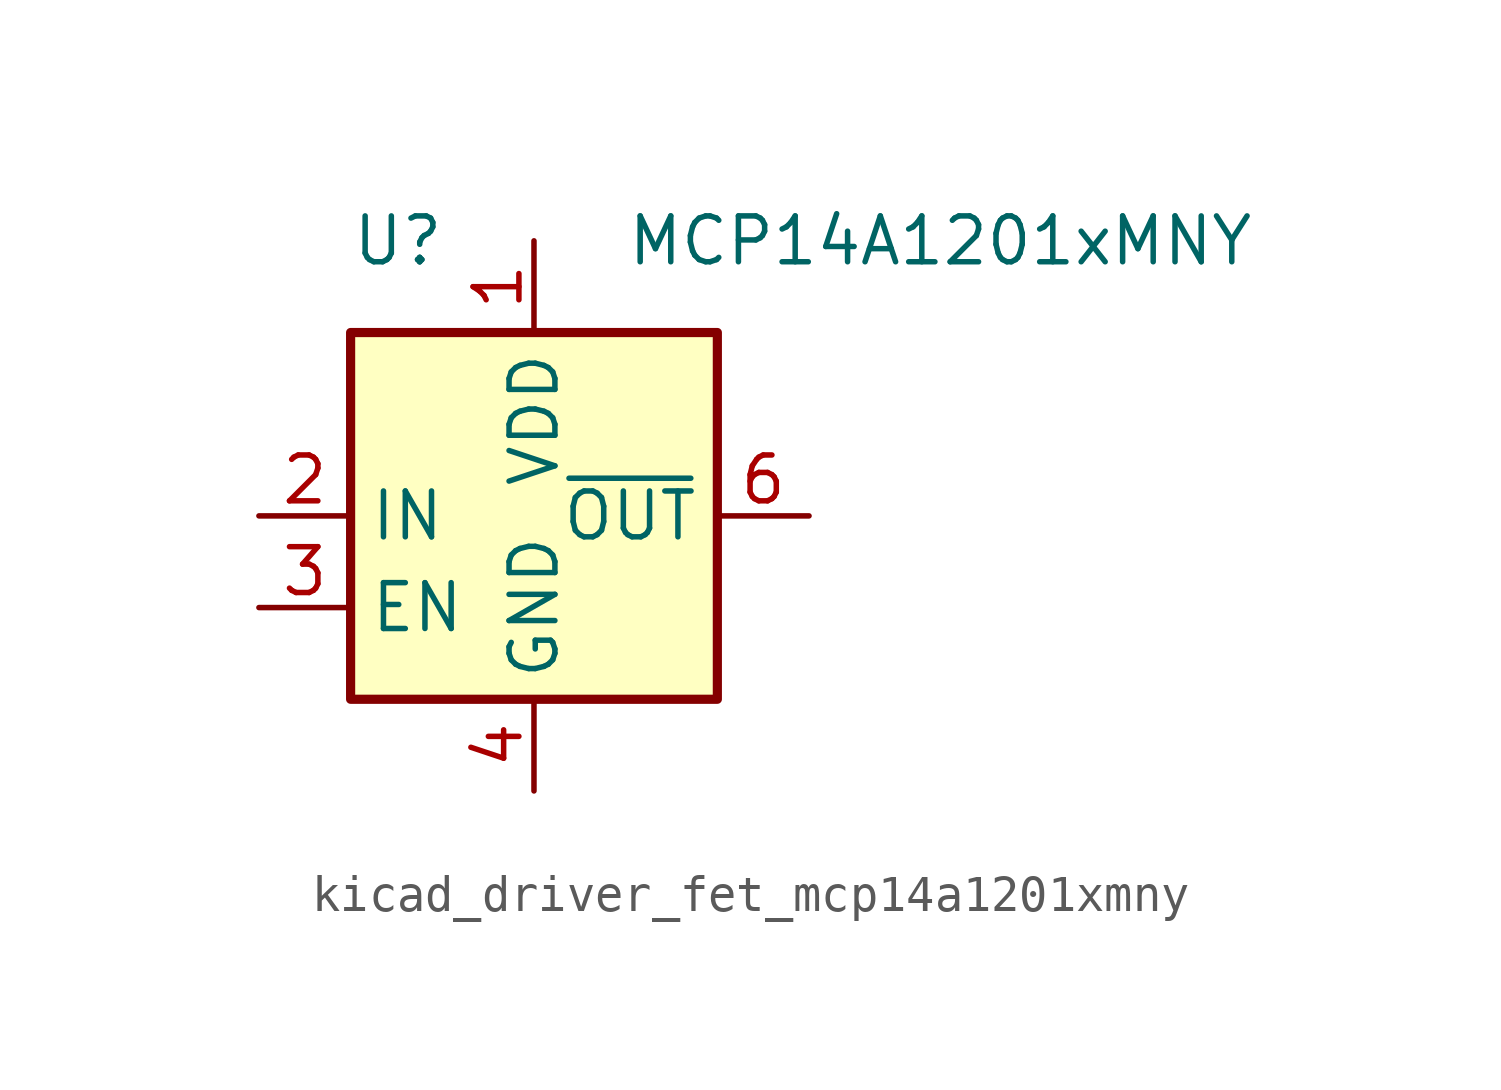
<source format=kicad_sym>
(kicad_symbol_lib
  (version 20220914)
  (generator kicad_symbol_editor)
  (symbol "kicad_driver_fet_mcp14a1201xmny"
    (property "Reference" "U"
      (at -5.08 7.62 0)
      (effects (font (size 1.27 1.27)) (justify left)))
    (property "Value" "MCP14A1201xMNY"
      (at 2.54 7.62 0)
      (effects (font (size 1.27 1.27)) (justify left)))
    (symbol "kicad_driver_fet_mcp14a1201xmny_0_1"
      (rectangle (start -5.08 -5.08) (end 5.08 5.08) (stroke (width 0.254) (type default)) (fill (type background))))
    (symbol "kicad_driver_fet_mcp14a1201xmny_1_1"
      (pin power_in line (at 0 7.62 270) (length 2.54) (name "VDD" (effects (font (size 1.27 1.27)))) (number "1" (effects (font (size 1.27 1.27)))))
      (pin input line (at -7.62 0 0) (length 2.54) (name "IN" (effects (font (size 1.27 1.27)))) (number "2" (effects (font (size 1.27 1.27)))))
      (pin input line (at -7.62 -2.54 0) (length 2.54) (name "EN" (effects (font (size 1.27 1.27)))) (number "3" (effects (font (size 1.27 1.27)))))
      (pin power_in line (at 0 -7.62 90) (length 2.54) (name "GND" (effects (font (size 1.27 1.27)))) (number "4" (effects (font (size 1.27 1.27)))))
      (pin passive line (at 0 -7.62 90) (length 2.54) hide (name "GND" (effects (font (size 1.27 1.27)))) (number "5" (effects (font (size 1.27 1.27)))))
      (pin output line (at 7.62 0 180) (length 2.54) (name "~{OUT}" (effects (font (size 1.27 1.27)))) (number "6" (effects (font (size 1.27 1.27)))))
      (pin passive line (at 7.62 0 180) (length 2.54) hide (name "~{OUT}" (effects (font (size 1.27 1.27)))) (number "7" (effects (font (size 1.27 1.27)))))
      (pin passive line (at 0 7.62 270) (length 2.54) hide (name "VDD" (effects (font (size 1.27 1.27)))) (number "8" (effects (font (size 1.27 1.27)))))
      (pin passive line (at 0 -7.62 90) (length 2.54) hide (name "GND" (effects (font (size 1.27 1.27)))) (number "9" (effects (font (size 1.27 1.27))))))))
</source>
